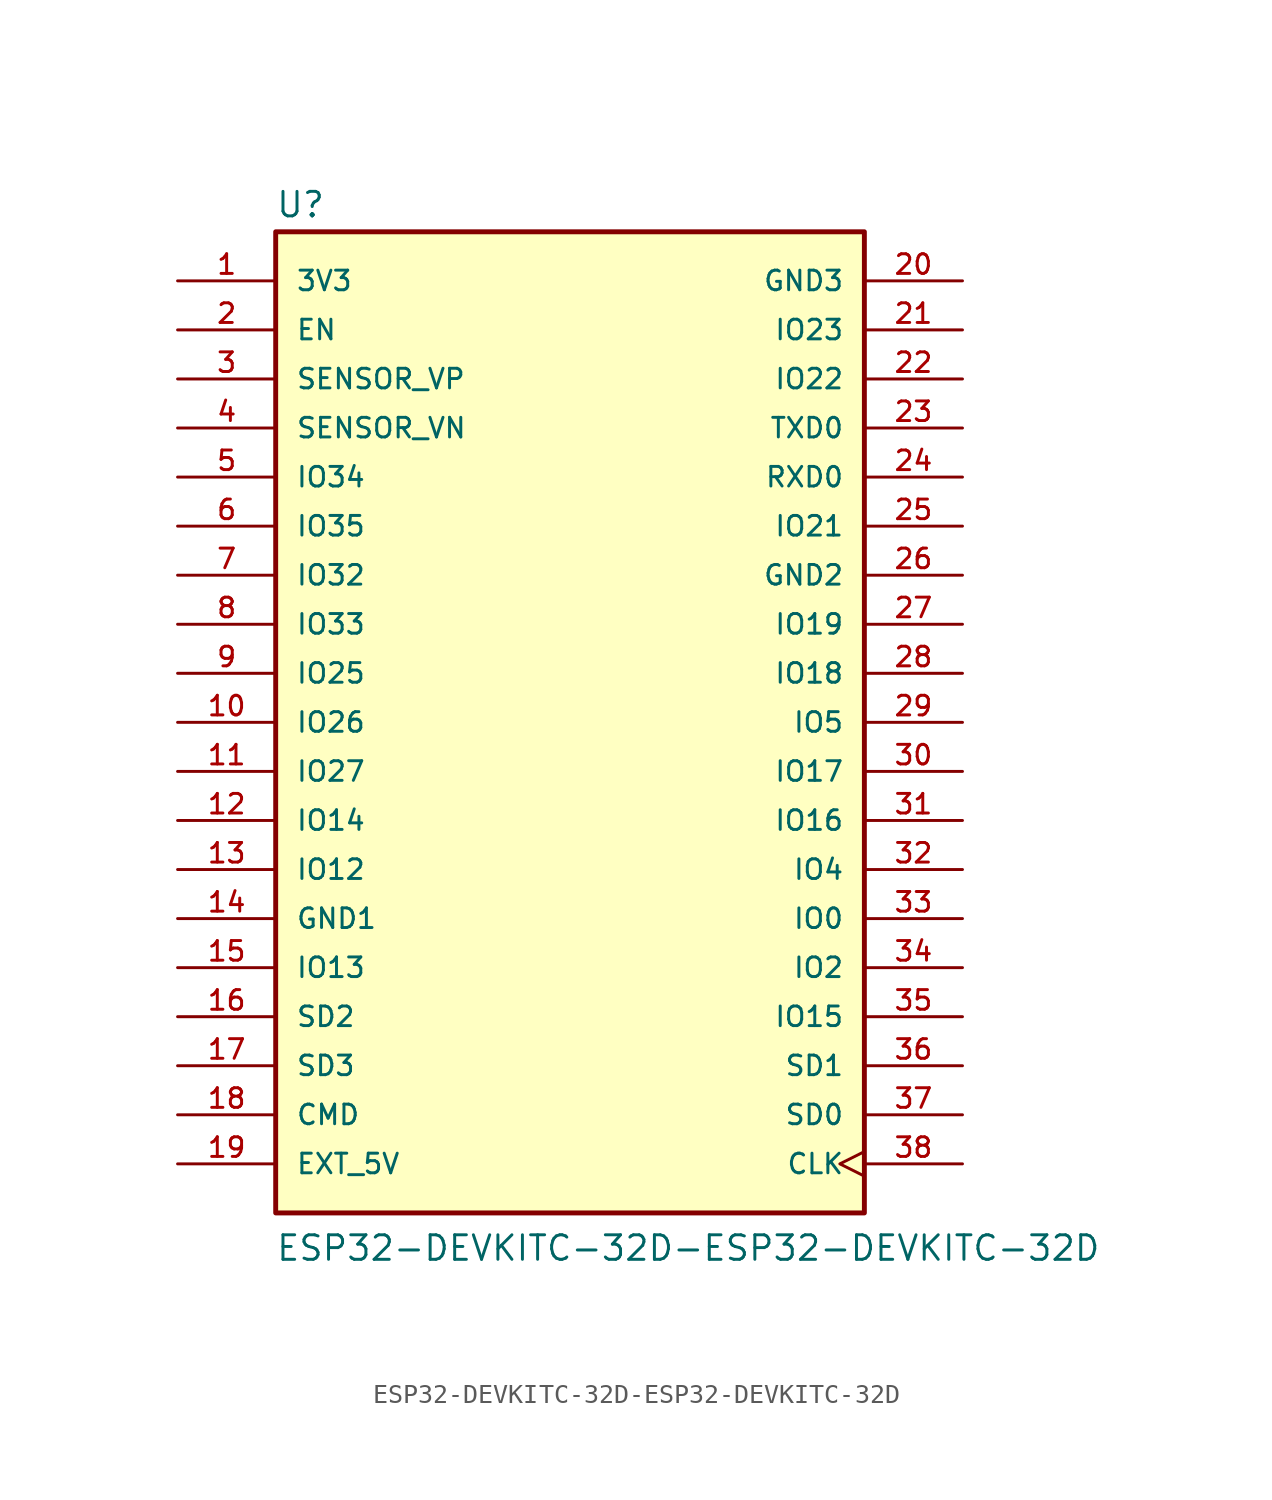
<source format=kicad_sym>
(kicad_symbol_lib
  (version 20211014)
  (generator kicad_symbol_editor)
  (symbol "ESP32-DEVKITC-32D-ESP32-DEVKITC-32D"
    (pin_names
      (offset 1.016))
    (property "Reference" "U"
      (at -15.265 26.06 0)
      (effects (font (size 1.27 1.27)) (justify left bottom)))
    (property "Value" "ESP32-DEVKITC-32D-ESP32-DEVKITC-32D"
      (at -15.265 -27.965 0)
      (effects (font (size 1.27 1.27)) (justify left bottom)))
    (property "ki_locked" ""
      (at 0 0 0)
      (effects (font (size 1.27 1.27))))
    (symbol "ESP32-DEVKITC-32D-ESP32-DEVKITC-32D_0_0"
      (rectangle (start -15.24 -25.4) (end 15.24 25.4) (stroke (width 0.254) (type default) (color 0 0 0 0)) (fill (type background)))
      (pin power_in line (at -20.32 22.86 0) (length 5.08) (name "3V3" (effects (font (size 1.016 1.016)))) (number "1" (effects (font (size 1.016 1.016)))))
      (pin bidirectional line (at -20.32 0 0) (length 5.08) (name "IO26" (effects (font (size 1.016 1.016)))) (number "10" (effects (font (size 1.016 1.016)))))
      (pin bidirectional line (at -20.32 -2.54 0) (length 5.08) (name "IO27" (effects (font (size 1.016 1.016)))) (number "11" (effects (font (size 1.016 1.016)))))
      (pin bidirectional line (at -20.32 -5.08 0) (length 5.08) (name "IO14" (effects (font (size 1.016 1.016)))) (number "12" (effects (font (size 1.016 1.016)))))
      (pin bidirectional line (at -20.32 -7.62 0) (length 5.08) (name "IO12" (effects (font (size 1.016 1.016)))) (number "13" (effects (font (size 1.016 1.016)))))
      (pin power_in line (at -20.32 -10.16 0) (length 5.08) (name "GND1" (effects (font (size 1.016 1.016)))) (number "14" (effects (font (size 1.016 1.016)))))
      (pin bidirectional line (at -20.32 -12.7 0) (length 5.08) (name "IO13" (effects (font (size 1.016 1.016)))) (number "15" (effects (font (size 1.016 1.016)))))
      (pin bidirectional line (at -20.32 -15.24 0) (length 5.08) (name "SD2" (effects (font (size 1.016 1.016)))) (number "16" (effects (font (size 1.016 1.016)))))
      (pin bidirectional line (at -20.32 -17.78 0) (length 5.08) (name "SD3" (effects (font (size 1.016 1.016)))) (number "17" (effects (font (size 1.016 1.016)))))
      (pin bidirectional line (at -20.32 -20.32 0) (length 5.08) (name "CMD" (effects (font (size 1.016 1.016)))) (number "18" (effects (font (size 1.016 1.016)))))
      (pin power_in line (at -20.32 -22.86 0) (length 5.08) (name "EXT_5V" (effects (font (size 1.016 1.016)))) (number "19" (effects (font (size 1.016 1.016)))))
      (pin input line (at -20.32 20.32 0) (length 5.08) (name "EN" (effects (font (size 1.016 1.016)))) (number "2" (effects (font (size 1.016 1.016)))))
      (pin power_in line (at 20.32 22.86 180) (length 5.08) (name "GND3" (effects (font (size 1.016 1.016)))) (number "20" (effects (font (size 1.016 1.016)))))
      (pin bidirectional line (at 20.32 20.32 180) (length 5.08) (name "IO23" (effects (font (size 1.016 1.016)))) (number "21" (effects (font (size 1.016 1.016)))))
      (pin bidirectional line (at 20.32 17.78 180) (length 5.08) (name "IO22" (effects (font (size 1.016 1.016)))) (number "22" (effects (font (size 1.016 1.016)))))
      (pin output line (at 20.32 15.24 180) (length 5.08) (name "TXD0" (effects (font (size 1.016 1.016)))) (number "23" (effects (font (size 1.016 1.016)))))
      (pin input line (at 20.32 12.7 180) (length 5.08) (name "RXD0" (effects (font (size 1.016 1.016)))) (number "24" (effects (font (size 1.016 1.016)))))
      (pin bidirectional line (at 20.32 10.16 180) (length 5.08) (name "IO21" (effects (font (size 1.016 1.016)))) (number "25" (effects (font (size 1.016 1.016)))))
      (pin power_in line (at 20.32 7.62 180) (length 5.08) (name "GND2" (effects (font (size 1.016 1.016)))) (number "26" (effects (font (size 1.016 1.016)))))
      (pin bidirectional line (at 20.32 5.08 180) (length 5.08) (name "IO19" (effects (font (size 1.016 1.016)))) (number "27" (effects (font (size 1.016 1.016)))))
      (pin bidirectional line (at 20.32 2.54 180) (length 5.08) (name "IO18" (effects (font (size 1.016 1.016)))) (number "28" (effects (font (size 1.016 1.016)))))
      (pin bidirectional line (at 20.32 0 180) (length 5.08) (name "IO5" (effects (font (size 1.016 1.016)))) (number "29" (effects (font (size 1.016 1.016)))))
      (pin input line (at -20.32 17.78 0) (length 5.08) (name "SENSOR_VP" (effects (font (size 1.016 1.016)))) (number "3" (effects (font (size 1.016 1.016)))))
      (pin bidirectional line (at 20.32 -2.54 180) (length 5.08) (name "IO17" (effects (font (size 1.016 1.016)))) (number "30" (effects (font (size 1.016 1.016)))))
      (pin bidirectional line (at 20.32 -5.08 180) (length 5.08) (name "IO16" (effects (font (size 1.016 1.016)))) (number "31" (effects (font (size 1.016 1.016)))))
      (pin bidirectional line (at 20.32 -7.62 180) (length 5.08) (name "IO4" (effects (font (size 1.016 1.016)))) (number "32" (effects (font (size 1.016 1.016)))))
      (pin bidirectional line (at 20.32 -10.16 180) (length 5.08) (name "IO0" (effects (font (size 1.016 1.016)))) (number "33" (effects (font (size 1.016 1.016)))))
      (pin bidirectional line (at 20.32 -12.7 180) (length 5.08) (name "IO2" (effects (font (size 1.016 1.016)))) (number "34" (effects (font (size 1.016 1.016)))))
      (pin bidirectional line (at 20.32 -15.24 180) (length 5.08) (name "IO15" (effects (font (size 1.016 1.016)))) (number "35" (effects (font (size 1.016 1.016)))))
      (pin bidirectional line (at 20.32 -17.78 180) (length 5.08) (name "SD1" (effects (font (size 1.016 1.016)))) (number "36" (effects (font (size 1.016 1.016)))))
      (pin bidirectional line (at 20.32 -20.32 180) (length 5.08) (name "SD0" (effects (font (size 1.016 1.016)))) (number "37" (effects (font (size 1.016 1.016)))))
      (pin input clock (at 20.32 -22.86 180) (length 5.08) (name "CLK" (effects (font (size 1.016 1.016)))) (number "38" (effects (font (size 1.016 1.016)))))
      (pin input line (at -20.32 15.24 0) (length 5.08) (name "SENSOR_VN" (effects (font (size 1.016 1.016)))) (number "4" (effects (font (size 1.016 1.016)))))
      (pin bidirectional line (at -20.32 12.7 0) (length 5.08) (name "IO34" (effects (font (size 1.016 1.016)))) (number "5" (effects (font (size 1.016 1.016)))))
      (pin bidirectional line (at -20.32 10.16 0) (length 5.08) (name "IO35" (effects (font (size 1.016 1.016)))) (number "6" (effects (font (size 1.016 1.016)))))
      (pin bidirectional line (at -20.32 7.62 0) (length 5.08) (name "IO32" (effects (font (size 1.016 1.016)))) (number "7" (effects (font (size 1.016 1.016)))))
      (pin bidirectional line (at -20.32 5.08 0) (length 5.08) (name "IO33" (effects (font (size 1.016 1.016)))) (number "8" (effects (font (size 1.016 1.016)))))
      (pin bidirectional line (at -20.32 2.54 0) (length 5.08) (name "IO25" (effects (font (size 1.016 1.016)))) (number "9" (effects (font (size 1.016 1.016))))))))
</source>
